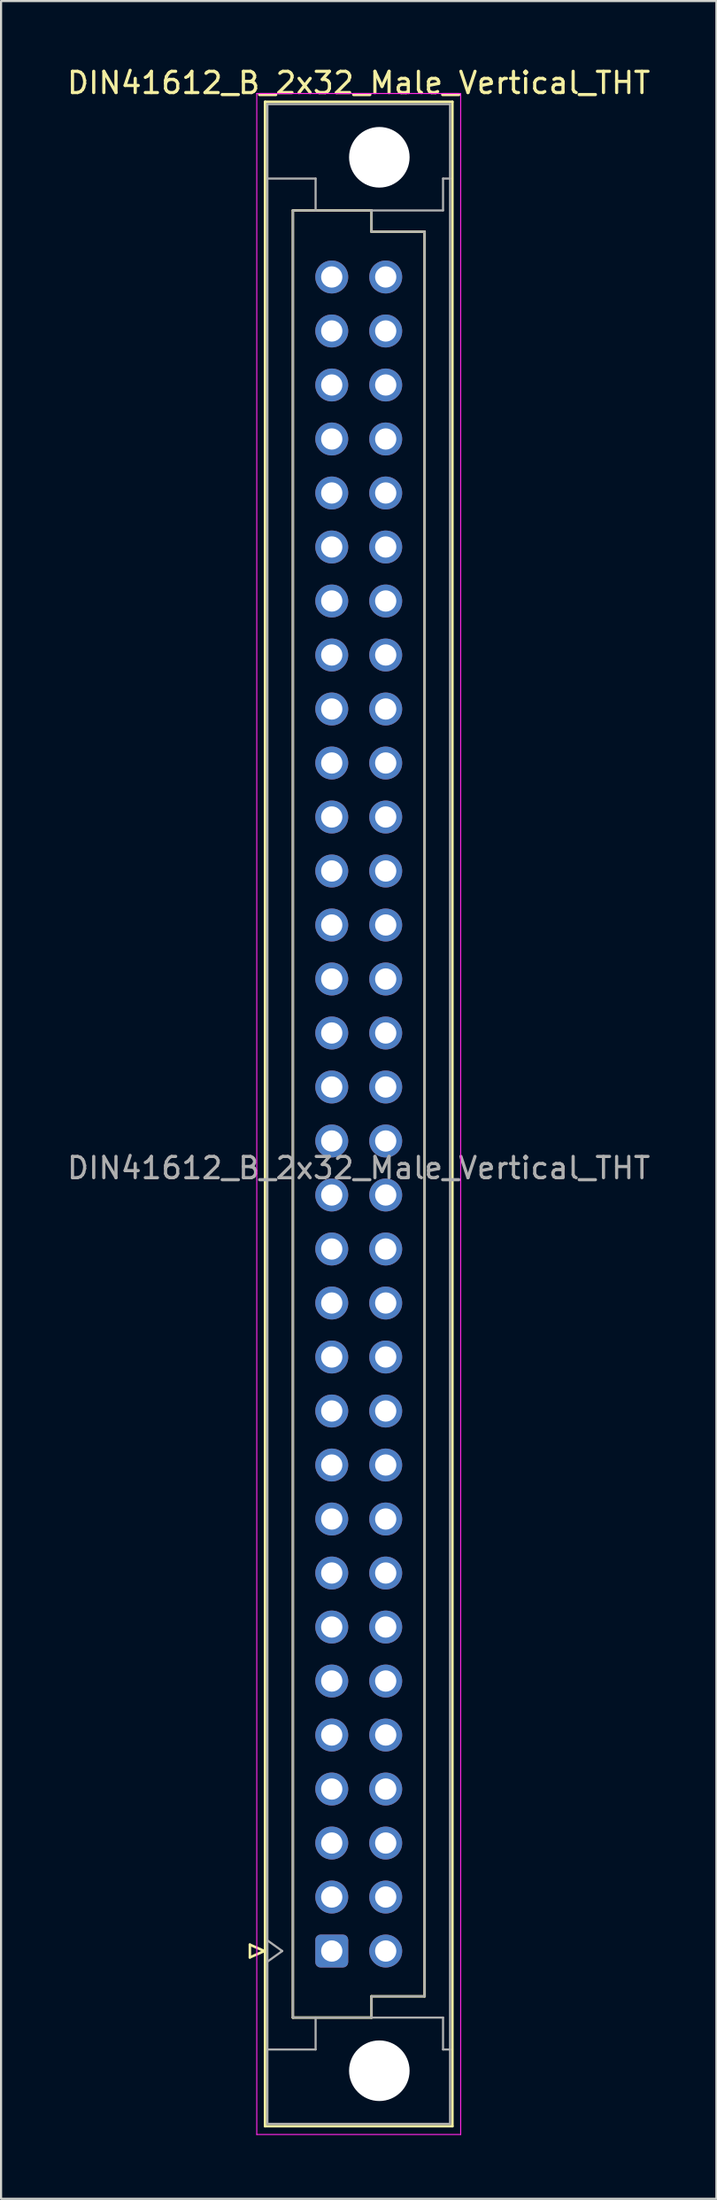
<source format=kicad_pcb>
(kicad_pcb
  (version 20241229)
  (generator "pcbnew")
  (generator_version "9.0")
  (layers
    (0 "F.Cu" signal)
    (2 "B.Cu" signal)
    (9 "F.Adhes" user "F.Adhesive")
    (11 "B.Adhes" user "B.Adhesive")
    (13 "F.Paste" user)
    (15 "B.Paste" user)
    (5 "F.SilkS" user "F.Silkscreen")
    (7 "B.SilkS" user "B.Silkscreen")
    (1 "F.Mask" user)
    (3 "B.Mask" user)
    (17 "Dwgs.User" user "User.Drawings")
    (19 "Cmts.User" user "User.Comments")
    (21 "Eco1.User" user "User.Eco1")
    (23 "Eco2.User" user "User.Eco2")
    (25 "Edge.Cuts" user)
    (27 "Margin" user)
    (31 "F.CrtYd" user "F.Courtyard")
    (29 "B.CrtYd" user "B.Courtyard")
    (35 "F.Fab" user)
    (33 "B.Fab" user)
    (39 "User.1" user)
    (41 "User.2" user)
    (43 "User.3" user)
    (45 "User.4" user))
  (footprint "DIN41612_B_2x32_Male_Vertical_THT"
    (layer "F.Cu")
    (at 12.569 9.978)
    (property "Reference" "DIN41612_B_2x32_Male_Vertical_THT" (at 1.27 -9.13 0) (layer "F.SilkS") (effects (font (size 1 1) (thickness 0.15))))
    (attr through_hole)
    (fp_line (start -3.855 78.44) (end -3.855 79.04) (stroke (width 0.12) (type solid)) (layer "F.SilkS"))
    (fp_line (start -3.855 79.04) (end -3.175 78.74) (stroke (width 0.12) (type solid)) (layer "F.SilkS"))
    (fp_line (start -3.175 78.74) (end -3.855 78.44) (stroke (width 0.12) (type solid)) (layer "F.SilkS"))
    (fp_line (start -3.14 -8.24) (end 5.68 -8.24) (stroke (width 0.12) (type solid)) (layer "F.SilkS"))
    (fp_line (start -3.14 86.98) (end -3.14 -8.24) (stroke (width 0.12) (type solid)) (layer "F.SilkS"))
    (fp_line (start -1.83 -3.131) (end 1.87 -3.131) (stroke (width 0.12) (type solid)) (layer "F.SilkS"))
    (fp_line (start -1.83 81.87) (end -1.83 -3.131) (stroke (width 0.12) (type solid)) (layer "F.SilkS"))
    (fp_line (start 1.87 -3.131) (end 1.87 -2.131) (stroke (width 0.12) (type solid)) (layer "F.SilkS"))
    (fp_line (start 1.87 -2.131) (end 4.37 -2.131) (stroke (width 0.12) (type solid)) (layer "F.SilkS"))
    (fp_line (start 1.87 80.87) (end 1.87 81.87) (stroke (width 0.12) (type solid)) (layer "F.SilkS"))
    (fp_line (start 1.87 81.87) (end -1.83 81.87) (stroke (width 0.12) (type solid)) (layer "F.SilkS"))
    (fp_line (start 4.37 -2.131) (end 4.37 80.87) (stroke (width 0.12) (type solid)) (layer "F.SilkS"))
    (fp_line (start 4.37 80.87) (end 1.87 80.87) (stroke (width 0.12) (type solid)) (layer "F.SilkS"))
    (fp_line (start 5.68 -8.24) (end 5.68 86.98) (stroke (width 0.12) (type solid)) (layer "F.SilkS"))
    (fp_line (start 5.68 86.98) (end -3.14 86.98) (stroke (width 0.12) (type solid)) (layer "F.SilkS"))
    (fp_line (start -3.53 -8.63) (end 6.07 -8.63) (stroke (width 0.05) (type solid)) (layer "F.CrtYd"))
    (fp_line (start -3.53 87.37) (end -3.53 -8.63) (stroke (width 0.05) (type solid)) (layer "F.CrtYd"))
    (fp_line (start 6.07 -8.63) (end 6.07 87.37) (stroke (width 0.05) (type solid)) (layer "F.CrtYd"))
    (fp_line (start 6.07 87.37) (end -3.53 87.37) (stroke (width 0.05) (type solid)) (layer "F.CrtYd"))
    (fp_line (start -3.03 -8.13) (end 5.57 -8.13) (stroke (width 0.1) (type solid)) (layer "F.Fab"))
    (fp_line (start -3.03 -4.63) (end -0.76 -4.63) (stroke (width 0.1) (type solid)) (layer "F.Fab"))
    (fp_line (start -3.03 78.24) (end -2.33 78.74) (stroke (width 0.1) (type solid)) (layer "F.Fab"))
    (fp_line (start -3.03 83.37) (end -0.76 83.37) (stroke (width 0.1) (type solid)) (layer "F.Fab"))
    (fp_line (start -3.03 86.87) (end -3.03 -8.13) (stroke (width 0.1) (type solid)) (layer "F.Fab"))
    (fp_line (start -2.33 78.74) (end -3.03 79.24) (stroke (width 0.1) (type solid)) (layer "F.Fab"))
    (fp_line (start -1.83 -3.13) (end 1.87 -3.13) (stroke (width 0.1) (type solid)) (layer "F.Fab"))
    (fp_line (start -1.83 81.87) (end -1.83 -3.13) (stroke (width 0.1) (type solid)) (layer "F.Fab"))
    (fp_line (start -0.76 -4.63) (end -0.76 -3.13) (stroke (width 0.1) (type solid)) (layer "F.Fab"))
    (fp_line (start -0.76 83.37) (end -0.76 81.87) (stroke (width 0.1) (type solid)) (layer "F.Fab"))
    (fp_line (start 1.87 -3.13) (end 1.87 -2.13) (stroke (width 0.1) (type solid)) (layer "F.Fab"))
    (fp_line (start 1.87 -3.13) (end 5.24 -3.13) (stroke (width 0.1) (type solid)) (layer "F.Fab"))
    (fp_line (start 1.87 -2.13) (end 4.37 -2.13) (stroke (width 0.1) (type solid)) (layer "F.Fab"))
    (fp_line (start 1.87 80.87) (end 1.87 81.87) (stroke (width 0.1) (type solid)) (layer "F.Fab"))
    (fp_line (start 1.87 81.87) (end -1.83 81.87) (stroke (width 0.1) (type solid)) (layer "F.Fab"))
    (fp_line (start 1.87 81.87) (end 5.24 81.87) (stroke (width 0.1) (type solid)) (layer "F.Fab"))
    (fp_line (start 4.37 -2.13) (end 4.37 80.87) (stroke (width 0.1) (type solid)) (layer "F.Fab"))
    (fp_line (start 4.37 80.87) (end 1.87 80.87) (stroke (width 0.1) (type solid)) (layer "F.Fab"))
    (fp_line (start 5.24 -4.63) (end 5.57 -4.63) (stroke (width 0.1) (type solid)) (layer "F.Fab"))
    (fp_line (start 5.24 -3.13) (end 5.24 -4.63) (stroke (width 0.1) (type solid)) (layer "F.Fab"))
    (fp_line (start 5.24 81.87) (end 5.24 83.37) (stroke (width 0.1) (type solid)) (layer "F.Fab"))
    (fp_line (start 5.24 83.37) (end 5.57 83.37) (stroke (width 0.1) (type solid)) (layer "F.Fab"))
    (fp_line (start 5.57 -8.13) (end 5.57 86.87) (stroke (width 0.1) (type solid)) (layer "F.Fab"))
    (fp_line (start 5.57 86.87) (end -3.03 86.87) (stroke (width 0.1) (type solid)) (layer "F.Fab"))
    (fp_text user "${REFERENCE}" (at 1.27 41.91 0) (layer "F.Fab") (effects (font (size 1 1) (thickness 0.15))))
    (pad "" np_thru_hole circle (at 2.24 -5.63) (size 2.85 2.85) (drill 2.85) (layers "*.Cu" "*.Mask"))
    (pad "" np_thru_hole circle (at 2.24 84.37) (size 2.85 2.85) (drill 2.85) (layers "*.Cu" "*.Mask"))
    (pad "a1" thru_hole roundrect (at 0 78.74) (size 1.55 1.55) (drill 1) (layers "*.Cu" "*.Mask") (roundrect_rratio 0.161))
    (pad "a2" thru_hole circle (at 0 76.2) (size 1.55 1.55) (drill 1) (layers "*.Cu" "*.Mask"))
    (pad "a3" thru_hole circle (at 0 73.66) (size 1.55 1.55) (drill 1) (layers "*.Cu" "*.Mask"))
    (pad "a4" thru_hole circle (at 0 71.12) (size 1.55 1.55) (drill 1) (layers "*.Cu" "*.Mask"))
    (pad "a5" thru_hole circle (at 0 68.58) (size 1.55 1.55) (drill 1) (layers "*.Cu" "*.Mask"))
    (pad "a6" thru_hole circle (at 0 66.04) (size 1.55 1.55) (drill 1) (layers "*.Cu" "*.Mask"))
    (pad "a7" thru_hole circle (at 0 63.5) (size 1.55 1.55) (drill 1) (layers "*.Cu" "*.Mask"))
    (pad "a8" thru_hole circle (at 0 60.96) (size 1.55 1.55) (drill 1) (layers "*.Cu" "*.Mask"))
    (pad "a9" thru_hole circle (at 0 58.42) (size 1.55 1.55) (drill 1) (layers "*.Cu" "*.Mask"))
    (pad "a10" thru_hole circle (at 0 55.88) (size 1.55 1.55) (drill 1) (layers "*.Cu" "*.Mask"))
    (pad "a11" thru_hole circle (at 0 53.34) (size 1.55 1.55) (drill 1) (layers "*.Cu" "*.Mask"))
    (pad "a12" thru_hole circle (at 0 50.8) (size 1.55 1.55) (drill 1) (layers "*.Cu" "*.Mask"))
    (pad "a13" thru_hole circle (at 0 48.26) (size 1.55 1.55) (drill 1) (layers "*.Cu" "*.Mask"))
    (pad "a14" thru_hole circle (at 0 45.72) (size 1.55 1.55) (drill 1) (layers "*.Cu" "*.Mask"))
    (pad "a15" thru_hole circle (at 0 43.18) (size 1.55 1.55) (drill 1) (layers "*.Cu" "*.Mask"))
    (pad "a16" thru_hole circle (at 0 40.64) (size 1.55 1.55) (drill 1) (layers "*.Cu" "*.Mask"))
    (pad "a17" thru_hole circle (at 0 38.1) (size 1.55 1.55) (drill 1) (layers "*.Cu" "*.Mask"))
    (pad "a18" thru_hole circle (at 0 35.56) (size 1.55 1.55) (drill 1) (layers "*.Cu" "*.Mask"))
    (pad "a19" thru_hole circle (at 0 33.02) (size 1.55 1.55) (drill 1) (layers "*.Cu" "*.Mask"))
    (pad "a20" thru_hole circle (at 0 30.48) (size 1.55 1.55) (drill 1) (layers "*.Cu" "*.Mask"))
    (pad "a21" thru_hole circle (at 0 27.94) (size 1.55 1.55) (drill 1) (layers "*.Cu" "*.Mask"))
    (pad "a22" thru_hole circle (at 0 25.4) (size 1.55 1.55) (drill 1) (layers "*.Cu" "*.Mask"))
    (pad "a23" thru_hole circle (at 0 22.86) (size 1.55 1.55) (drill 1) (layers "*.Cu" "*.Mask"))
    (pad "a24" thru_hole circle (at 0 20.32) (size 1.55 1.55) (drill 1) (layers "*.Cu" "*.Mask"))
    (pad "a25" thru_hole circle (at 0 17.78) (size 1.55 1.55) (drill 1) (layers "*.Cu" "*.Mask"))
    (pad "a26" thru_hole circle (at 0 15.24) (size 1.55 1.55) (drill 1) (layers "*.Cu" "*.Mask"))
    (pad "a27" thru_hole circle (at 0 12.7) (size 1.55 1.55) (drill 1) (layers "*.Cu" "*.Mask"))
    (pad "a28" thru_hole circle (at 0 10.16) (size 1.55 1.55) (drill 1) (layers "*.Cu" "*.Mask"))
    (pad "a29" thru_hole circle (at 0 7.62) (size 1.55 1.55) (drill 1) (layers "*.Cu" "*.Mask"))
    (pad "a30" thru_hole circle (at 0 5.08) (size 1.55 1.55) (drill 1) (layers "*.Cu" "*.Mask"))
    (pad "a31" thru_hole circle (at 0 2.54) (size 1.55 1.55) (drill 1) (layers "*.Cu" "*.Mask"))
    (pad "a32" thru_hole circle (at 0 0) (size 1.55 1.55) (drill 1) (layers "*.Cu" "*.Mask"))
    (pad "b1" thru_hole circle (at 2.54 78.74) (size 1.55 1.55) (drill 1) (layers "*.Cu" "*.Mask"))
    (pad "b2" thru_hole circle (at 2.54 76.2) (size 1.55 1.55) (drill 1) (layers "*.Cu" "*.Mask"))
    (pad "b3" thru_hole circle (at 2.54 73.66) (size 1.55 1.55) (drill 1) (layers "*.Cu" "*.Mask"))
    (pad "b4" thru_hole circle (at 2.54 71.12) (size 1.55 1.55) (drill 1) (layers "*.Cu" "*.Mask"))
    (pad "b5" thru_hole circle (at 2.54 68.58) (size 1.55 1.55) (drill 1) (layers "*.Cu" "*.Mask"))
    (pad "b6" thru_hole circle (at 2.54 66.04) (size 1.55 1.55) (drill 1) (layers "*.Cu" "*.Mask"))
    (pad "b7" thru_hole circle (at 2.54 63.5) (size 1.55 1.55) (drill 1) (layers "*.Cu" "*.Mask"))
    (pad "b8" thru_hole circle (at 2.54 60.96) (size 1.55 1.55) (drill 1) (layers "*.Cu" "*.Mask"))
    (pad "b9" thru_hole circle (at 2.54 58.42) (size 1.55 1.55) (drill 1) (layers "*.Cu" "*.Mask"))
    (pad "b10" thru_hole circle (at 2.54 55.88) (size 1.55 1.55) (drill 1) (layers "*.Cu" "*.Mask"))
    (pad "b11" thru_hole circle (at 2.54 53.34) (size 1.55 1.55) (drill 1) (layers "*.Cu" "*.Mask"))
    (pad "b12" thru_hole circle (at 2.54 50.8) (size 1.55 1.55) (drill 1) (layers "*.Cu" "*.Mask"))
    (pad "b13" thru_hole circle (at 2.54 48.26) (size 1.55 1.55) (drill 1) (layers "*.Cu" "*.Mask"))
    (pad "b14" thru_hole circle (at 2.54 45.72) (size 1.55 1.55) (drill 1) (layers "*.Cu" "*.Mask"))
    (pad "b15" thru_hole circle (at 2.54 43.18) (size 1.55 1.55) (drill 1) (layers "*.Cu" "*.Mask"))
    (pad "b16" thru_hole circle (at 2.54 40.64) (size 1.55 1.55) (drill 1) (layers "*.Cu" "*.Mask"))
    (pad "b17" thru_hole circle (at 2.54 38.1) (size 1.55 1.55) (drill 1) (layers "*.Cu" "*.Mask"))
    (pad "b18" thru_hole circle (at 2.54 35.56) (size 1.55 1.55) (drill 1) (layers "*.Cu" "*.Mask"))
    (pad "b19" thru_hole circle (at 2.54 33.02) (size 1.55 1.55) (drill 1) (layers "*.Cu" "*.Mask"))
    (pad "b20" thru_hole circle (at 2.54 30.48) (size 1.55 1.55) (drill 1) (layers "*.Cu" "*.Mask"))
    (pad "b21" thru_hole circle (at 2.54 27.94) (size 1.55 1.55) (drill 1) (layers "*.Cu" "*.Mask"))
    (pad "b22" thru_hole circle (at 2.54 25.4) (size 1.55 1.55) (drill 1) (layers "*.Cu" "*.Mask"))
    (pad "b23" thru_hole circle (at 2.54 22.86) (size 1.55 1.55) (drill 1) (layers "*.Cu" "*.Mask"))
    (pad "b24" thru_hole circle (at 2.54 20.32) (size 1.55 1.55) (drill 1) (layers "*.Cu" "*.Mask"))
    (pad "b25" thru_hole circle (at 2.54 17.78) (size 1.55 1.55) (drill 1) (layers "*.Cu" "*.Mask"))
    (pad "b26" thru_hole circle (at 2.54 15.24) (size 1.55 1.55) (drill 1) (layers "*.Cu" "*.Mask"))
    (pad "b27" thru_hole circle (at 2.54 12.7) (size 1.55 1.55) (drill 1) (layers "*.Cu" "*.Mask"))
    (pad "b28" thru_hole circle (at 2.54 10.16) (size 1.55 1.55) (drill 1) (layers "*.Cu" "*.Mask"))
    (pad "b29" thru_hole circle (at 2.54 7.62) (size 1.55 1.55) (drill 1) (layers "*.Cu" "*.Mask"))
    (pad "b30" thru_hole circle (at 2.54 5.08) (size 1.55 1.55) (drill 1) (layers "*.Cu" "*.Mask"))
    (pad "b31" thru_hole circle (at 2.54 2.54) (size 1.55 1.55) (drill 1) (layers "*.Cu" "*.Mask"))
    (pad "b32" thru_hole circle (at 2.54 0) (size 1.55 1.55) (drill 1) (layers "*.Cu" "*.Mask")))
  (gr_rect
    (start -3 -3)
    (end 30.679 100.373)
    (stroke (width 0.1) (type default))
    (fill no)
    (layer "Edge.Cuts")))
</source>
